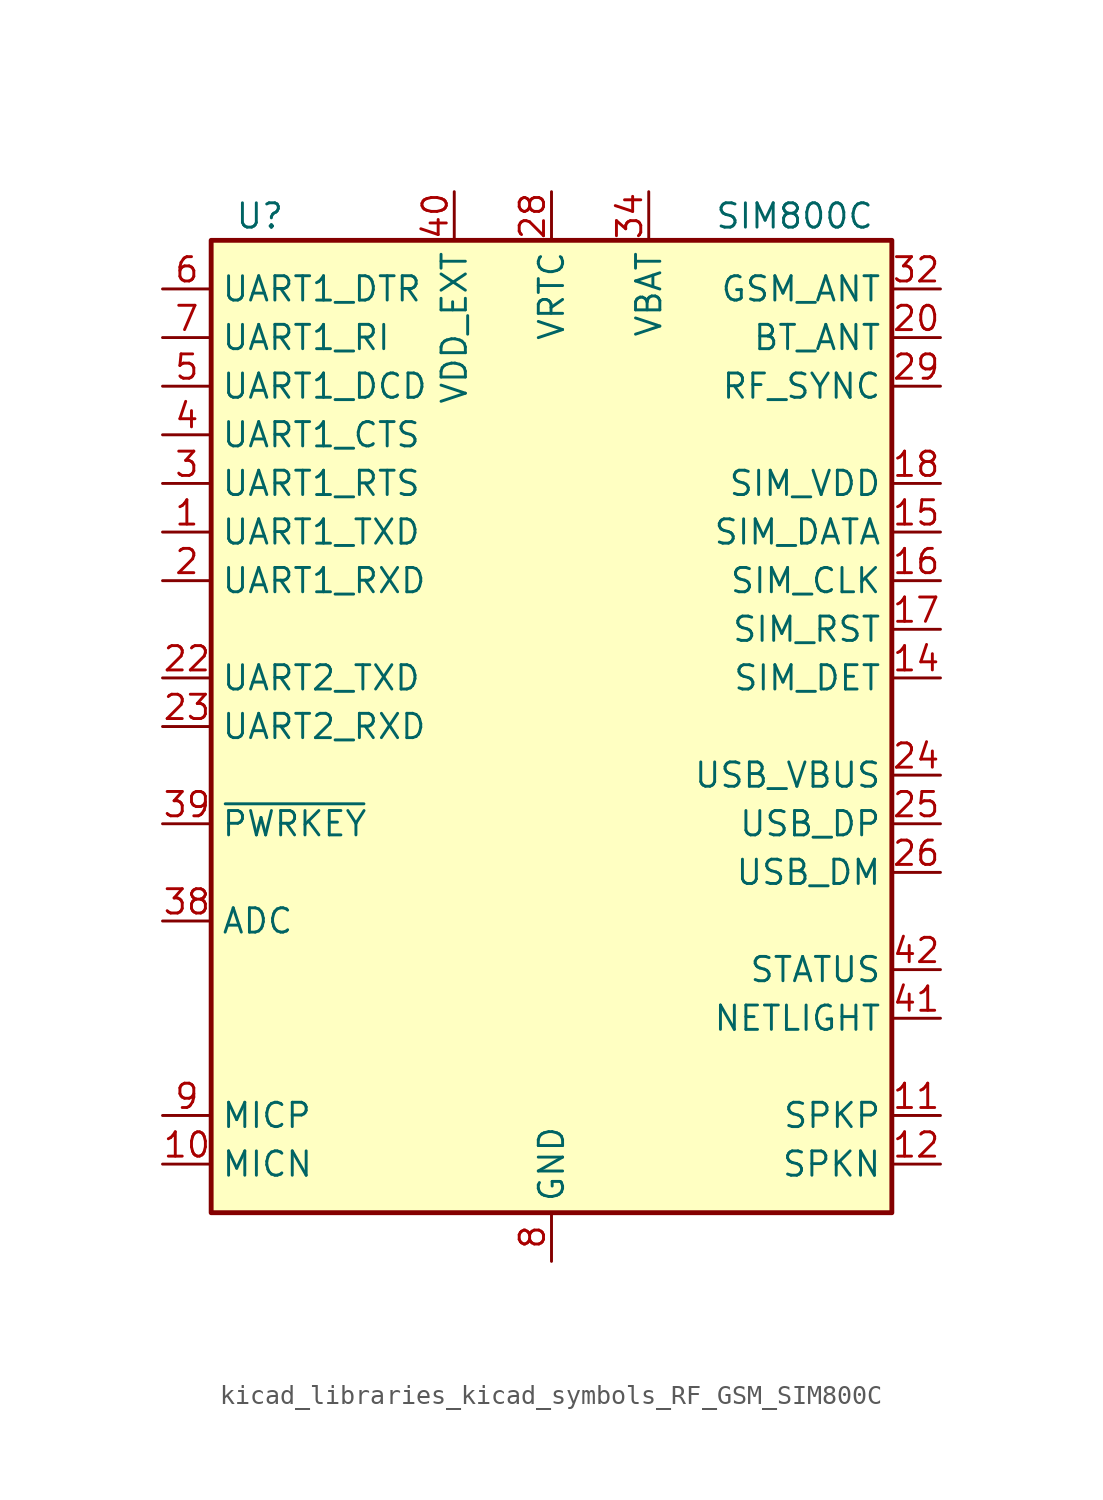
<source format=kicad_sym>
(kicad_symbol_lib
  (version 20220914)
  (generator kicad_symbol_editor)
  (symbol "kicad_libraries_kicad_symbols_RF_GSM_SIM800C"
    (property "Reference" "U"
      (at -15.24 26.67 0)
      (effects (font (size 1.27 1.27))))
    (property "Value" "SIM800C"
      (at 12.7 26.67 0)
      (effects (font (size 1.27 1.27))))
    (symbol "kicad_libraries_kicad_symbols_RF_GSM_SIM800C_0_1"
      (rectangle (start -17.78 25.4) (end 17.78 -25.4) (stroke (width 0.254) (type default)) (fill (type background))))
    (symbol "kicad_libraries_kicad_symbols_RF_GSM_SIM800C_1_1"
      (pin output line (at -20.32 10.16 0) (length 2.54) (name "UART1_TXD" (effects (font (size 1.27 1.27)))) (number "1" (effects (font (size 1.27 1.27)))))
      (pin input line (at -20.32 -22.86 0) (length 2.54) (name "MICN" (effects (font (size 1.27 1.27)))) (number "10" (effects (font (size 1.27 1.27)))))
      (pin output line (at 20.32 -20.32 180) (length 2.54) (name "SPKP" (effects (font (size 1.27 1.27)))) (number "11" (effects (font (size 1.27 1.27)))))
      (pin output line (at 20.32 -22.86 180) (length 2.54) (name "SPKN" (effects (font (size 1.27 1.27)))) (number "12" (effects (font (size 1.27 1.27)))))
      (pin passive line (at 0 -27.94 90) (length 2.54) hide (name "GND" (effects (font (size 1.27 1.27)))) (number "13" (effects (font (size 1.27 1.27)))))
      (pin input line (at 20.32 2.54 180) (length 2.54) (name "SIM_DET" (effects (font (size 1.27 1.27)))) (number "14" (effects (font (size 1.27 1.27)))))
      (pin bidirectional line (at 20.32 10.16 180) (length 2.54) (name "SIM_DATA" (effects (font (size 1.27 1.27)))) (number "15" (effects (font (size 1.27 1.27)))))
      (pin output line (at 20.32 7.62 180) (length 2.54) (name "SIM_CLK" (effects (font (size 1.27 1.27)))) (number "16" (effects (font (size 1.27 1.27)))))
      (pin output line (at 20.32 5.08 180) (length 2.54) (name "SIM_RST" (effects (font (size 1.27 1.27)))) (number "17" (effects (font (size 1.27 1.27)))))
      (pin power_out line (at 20.32 12.7 180) (length 2.54) (name "SIM_VDD" (effects (font (size 1.27 1.27)))) (number "18" (effects (font (size 1.27 1.27)))))
      (pin passive line (at 0 -27.94 90) (length 2.54) hide (name "GND" (effects (font (size 1.27 1.27)))) (number "19" (effects (font (size 1.27 1.27)))))
      (pin input line (at -20.32 7.62 0) (length 2.54) (name "UART1_RXD" (effects (font (size 1.27 1.27)))) (number "2" (effects (font (size 1.27 1.27)))))
      (pin passive line (at 20.32 20.32 180) (length 2.54) (name "BT_ANT" (effects (font (size 1.27 1.27)))) (number "20" (effects (font (size 1.27 1.27)))))
      (pin passive line (at 0 -27.94 90) (length 2.54) hide (name "GND" (effects (font (size 1.27 1.27)))) (number "21" (effects (font (size 1.27 1.27)))))
      (pin output line (at -20.32 2.54 0) (length 2.54) (name "UART2_TXD" (effects (font (size 1.27 1.27)))) (number "22" (effects (font (size 1.27 1.27)))))
      (pin input line (at -20.32 0 0) (length 2.54) (name "UART2_RXD" (effects (font (size 1.27 1.27)))) (number "23" (effects (font (size 1.27 1.27)))))
      (pin input line (at 20.32 -2.54 180) (length 2.54) (name "USB_VBUS" (effects (font (size 1.27 1.27)))) (number "24" (effects (font (size 1.27 1.27)))))
      (pin bidirectional line (at 20.32 -5.08 180) (length 2.54) (name "USB_DP" (effects (font (size 1.27 1.27)))) (number "25" (effects (font (size 1.27 1.27)))))
      (pin bidirectional line (at 20.32 -7.62 180) (length 2.54) (name "USB_DM" (effects (font (size 1.27 1.27)))) (number "26" (effects (font (size 1.27 1.27)))))
      (pin passive line (at 0 -27.94 90) (length 2.54) hide (name "GND" (effects (font (size 1.27 1.27)))) (number "27" (effects (font (size 1.27 1.27)))))
      (pin power_in line (at 0 27.94 270) (length 2.54) (name "VRTC" (effects (font (size 1.27 1.27)))) (number "28" (effects (font (size 1.27 1.27)))))
      (pin output line (at 20.32 17.78 180) (length 2.54) (name "RF_SYNC" (effects (font (size 1.27 1.27)))) (number "29" (effects (font (size 1.27 1.27)))))
      (pin input line (at -20.32 12.7 0) (length 2.54) (name "UART1_RTS" (effects (font (size 1.27 1.27)))) (number "3" (effects (font (size 1.27 1.27)))))
      (pin passive line (at 0 -27.94 90) (length 2.54) hide (name "GND" (effects (font (size 1.27 1.27)))) (number "30" (effects (font (size 1.27 1.27)))))
      (pin passive line (at 0 -27.94 90) (length 2.54) hide (name "GND" (effects (font (size 1.27 1.27)))) (number "31" (effects (font (size 1.27 1.27)))))
      (pin passive line (at 20.32 22.86 180) (length 2.54) (name "GSM_ANT" (effects (font (size 1.27 1.27)))) (number "32" (effects (font (size 1.27 1.27)))))
      (pin passive line (at 0 -27.94 90) (length 2.54) hide (name "GND" (effects (font (size 1.27 1.27)))) (number "33" (effects (font (size 1.27 1.27)))))
      (pin power_in line (at 5.08 27.94 270) (length 2.54) (name "VBAT" (effects (font (size 1.27 1.27)))) (number "34" (effects (font (size 1.27 1.27)))))
      (pin passive line (at 5.08 27.94 270) (length 2.54) hide (name "VBAT" (effects (font (size 1.27 1.27)))) (number "35" (effects (font (size 1.27 1.27)))))
      (pin passive line (at 0 -27.94 90) (length 2.54) hide (name "GND" (effects (font (size 1.27 1.27)))) (number "36" (effects (font (size 1.27 1.27)))))
      (pin passive line (at 0 -27.94 90) (length 2.54) hide (name "GND" (effects (font (size 1.27 1.27)))) (number "37" (effects (font (size 1.27 1.27)))))
      (pin input line (at -20.32 -10.16 0) (length 2.54) (name "ADC" (effects (font (size 1.27 1.27)))) (number "38" (effects (font (size 1.27 1.27)))))
      (pin input line (at -20.32 -5.08 0) (length 2.54) (name "~{PWRKEY}" (effects (font (size 1.27 1.27)))) (number "39" (effects (font (size 1.27 1.27)))))
      (pin output line (at -20.32 15.24 0) (length 2.54) (name "UART1_CTS" (effects (font (size 1.27 1.27)))) (number "4" (effects (font (size 1.27 1.27)))))
      (pin power_out line (at -5.08 27.94 270) (length 2.54) (name "VDD_EXT" (effects (font (size 1.27 1.27)))) (number "40" (effects (font (size 1.27 1.27)))))
      (pin output line (at 20.32 -15.24 180) (length 2.54) (name "NETLIGHT" (effects (font (size 1.27 1.27)))) (number "41" (effects (font (size 1.27 1.27)))))
      (pin output line (at 20.32 -12.7 180) (length 2.54) (name "STATUS" (effects (font (size 1.27 1.27)))) (number "42" (effects (font (size 1.27 1.27)))))
      (pin output line (at -20.32 17.78 0) (length 2.54) (name "UART1_DCD" (effects (font (size 1.27 1.27)))) (number "5" (effects (font (size 1.27 1.27)))))
      (pin input line (at -20.32 22.86 0) (length 2.54) (name "UART1_DTR" (effects (font (size 1.27 1.27)))) (number "6" (effects (font (size 1.27 1.27)))))
      (pin output line (at -20.32 20.32 0) (length 2.54) (name "UART1_RI" (effects (font (size 1.27 1.27)))) (number "7" (effects (font (size 1.27 1.27)))))
      (pin power_in line (at 0 -27.94 90) (length 2.54) (name "GND" (effects (font (size 1.27 1.27)))) (number "8" (effects (font (size 1.27 1.27)))))
      (pin input line (at -20.32 -20.32 0) (length 2.54) (name "MICP" (effects (font (size 1.27 1.27)))) (number "9" (effects (font (size 1.27 1.27))))))))
</source>
